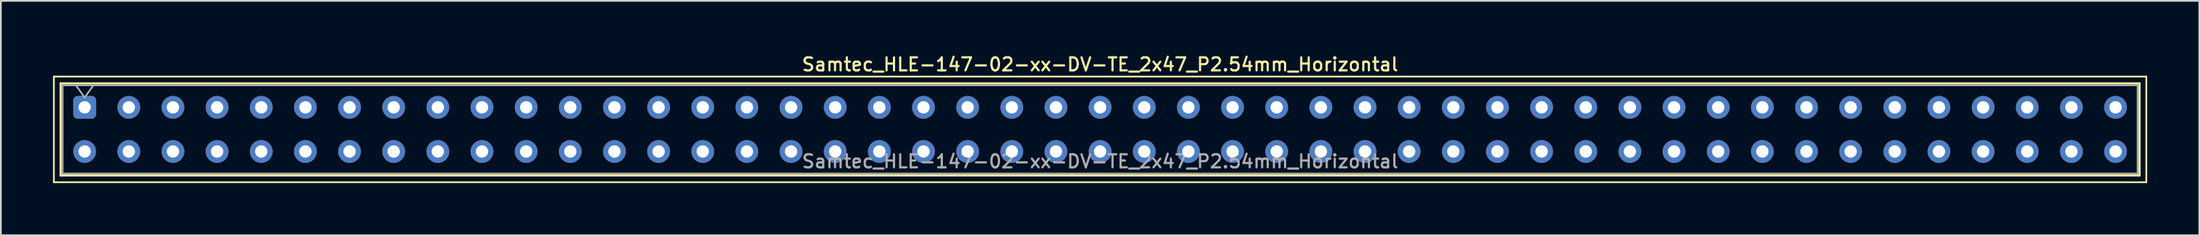
<source format=kicad_pcb>
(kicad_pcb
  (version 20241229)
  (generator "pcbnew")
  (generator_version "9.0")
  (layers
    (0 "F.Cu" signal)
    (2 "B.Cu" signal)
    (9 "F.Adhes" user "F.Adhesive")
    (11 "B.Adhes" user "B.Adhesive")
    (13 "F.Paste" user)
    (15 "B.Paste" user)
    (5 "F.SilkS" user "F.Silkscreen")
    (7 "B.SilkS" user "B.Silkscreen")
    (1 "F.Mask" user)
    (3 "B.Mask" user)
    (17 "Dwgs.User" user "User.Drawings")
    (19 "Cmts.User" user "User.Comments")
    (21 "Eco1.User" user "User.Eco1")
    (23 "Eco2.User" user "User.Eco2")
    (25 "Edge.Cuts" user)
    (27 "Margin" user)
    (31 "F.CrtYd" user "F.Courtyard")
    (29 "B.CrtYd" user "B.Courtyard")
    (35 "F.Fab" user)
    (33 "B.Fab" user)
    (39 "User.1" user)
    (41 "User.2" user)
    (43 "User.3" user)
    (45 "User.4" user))
  (footprint "Samtec_HLE-147-02-xx-DV-TE_2x47_P2.54mm_Horizontal"
    (layer "F.Cu")
    (at 1.82 3.128)
    (property "Reference" "Samtec_HLE-147-02-xx-DV-TE_2x47_P2.54mm_Horizontal" (at 58.42 -2.47 0) (layer "F.SilkS") (effects (font (size 0.75 0.75) (thickness 0.125))))
    (attr through_hole)
    (fp_line (start -1.77 -1.77) (end 118.61 -1.77) (stroke (width 0.1) (type solid)) (layer "F.SilkS"))
    (fp_line (start -1.77 4.31) (end -1.77 -1.77) (stroke (width 0.1) (type solid)) (layer "F.SilkS"))
    (fp_line (start -1.38 -1.38) (end 118.22 -1.38) (stroke (width 0.12) (type solid)) (layer "F.SilkS"))
    (fp_line (start -1.38 3.92) (end -1.38 -1.38) (stroke (width 0.12) (type solid)) (layer "F.SilkS"))
    (fp_line (start 118.22 -1.38) (end 118.22 3.92) (stroke (width 0.12) (type solid)) (layer "F.SilkS"))
    (fp_line (start 118.22 3.92) (end -1.38 3.92) (stroke (width 0.12) (type solid)) (layer "F.SilkS"))
    (fp_line (start 118.61 -1.77) (end 118.61 4.31) (stroke (width 0.1) (type solid)) (layer "F.SilkS"))
    (fp_line (start 118.61 4.31) (end -1.77 4.31) (stroke (width 0.1) (type solid)) (layer "F.SilkS"))
    (fp_line (start -1.27 -1.27) (end 118.11 -1.27) (stroke (width 0.1) (type solid)) (layer "F.Fab"))
    (fp_line (start -1.27 3.81) (end -1.27 -1.27) (stroke (width 0.1) (type solid)) (layer "F.Fab"))
    (fp_line (start -0.5 -1.27) (end 0 -0.563) (stroke (width 0.1) (type solid)) (layer "F.Fab"))
    (fp_line (start 0 -0.563) (end 0.5 -1.27) (stroke (width 0.1) (type solid)) (layer "F.Fab"))
    (fp_line (start 118.11 -1.27) (end 118.11 3.81) (stroke (width 0.1) (type solid)) (layer "F.Fab"))
    (fp_line (start 118.11 3.81) (end -1.27 3.81) (stroke (width 0.1) (type solid)) (layer "F.Fab"))
    (fp_text user "${REFERENCE}" (at 58.42 3.11 0) (layer "F.Fab") (effects (font (size 0.75 0.75) (thickness 0.125))))
    (pad "1" thru_hole roundrect (at 0 0) (size 1.31 1.31) (drill 0.71) (layers "*.Cu" "*.Mask") (roundrect_rratio 0.191))
    (pad "2" thru_hole circle (at 0 2.54) (size 1.31 1.31) (drill 0.71) (layers "*.Cu" "*.Mask"))
    (pad "3" thru_hole circle (at 2.54 0) (size 1.31 1.31) (drill 0.71) (layers "*.Cu" "*.Mask"))
    (pad "4" thru_hole circle (at 2.54 2.54) (size 1.31 1.31) (drill 0.71) (layers "*.Cu" "*.Mask"))
    (pad "5" thru_hole circle (at 5.08 0) (size 1.31 1.31) (drill 0.71) (layers "*.Cu" "*.Mask"))
    (pad "6" thru_hole circle (at 5.08 2.54) (size 1.31 1.31) (drill 0.71) (layers "*.Cu" "*.Mask"))
    (pad "7" thru_hole circle (at 7.62 0) (size 1.31 1.31) (drill 0.71) (layers "*.Cu" "*.Mask"))
    (pad "8" thru_hole circle (at 7.62 2.54) (size 1.31 1.31) (drill 0.71) (layers "*.Cu" "*.Mask"))
    (pad "9" thru_hole circle (at 10.16 0) (size 1.31 1.31) (drill 0.71) (layers "*.Cu" "*.Mask"))
    (pad "10" thru_hole circle (at 10.16 2.54) (size 1.31 1.31) (drill 0.71) (layers "*.Cu" "*.Mask"))
    (pad "11" thru_hole circle (at 12.7 0) (size 1.31 1.31) (drill 0.71) (layers "*.Cu" "*.Mask"))
    (pad "12" thru_hole circle (at 12.7 2.54) (size 1.31 1.31) (drill 0.71) (layers "*.Cu" "*.Mask"))
    (pad "13" thru_hole circle (at 15.24 0) (size 1.31 1.31) (drill 0.71) (layers "*.Cu" "*.Mask"))
    (pad "14" thru_hole circle (at 15.24 2.54) (size 1.31 1.31) (drill 0.71) (layers "*.Cu" "*.Mask"))
    (pad "15" thru_hole circle (at 17.78 0) (size 1.31 1.31) (drill 0.71) (layers "*.Cu" "*.Mask"))
    (pad "16" thru_hole circle (at 17.78 2.54) (size 1.31 1.31) (drill 0.71) (layers "*.Cu" "*.Mask"))
    (pad "17" thru_hole circle (at 20.32 0) (size 1.31 1.31) (drill 0.71) (layers "*.Cu" "*.Mask"))
    (pad "18" thru_hole circle (at 20.32 2.54) (size 1.31 1.31) (drill 0.71) (layers "*.Cu" "*.Mask"))
    (pad "19" thru_hole circle (at 22.86 0) (size 1.31 1.31) (drill 0.71) (layers "*.Cu" "*.Mask"))
    (pad "20" thru_hole circle (at 22.86 2.54) (size 1.31 1.31) (drill 0.71) (layers "*.Cu" "*.Mask"))
    (pad "21" thru_hole circle (at 25.4 0) (size 1.31 1.31) (drill 0.71) (layers "*.Cu" "*.Mask"))
    (pad "22" thru_hole circle (at 25.4 2.54) (size 1.31 1.31) (drill 0.71) (layers "*.Cu" "*.Mask"))
    (pad "23" thru_hole circle (at 27.94 0) (size 1.31 1.31) (drill 0.71) (layers "*.Cu" "*.Mask"))
    (pad "24" thru_hole circle (at 27.94 2.54) (size 1.31 1.31) (drill 0.71) (layers "*.Cu" "*.Mask"))
    (pad "25" thru_hole circle (at 30.48 0) (size 1.31 1.31) (drill 0.71) (layers "*.Cu" "*.Mask"))
    (pad "26" thru_hole circle (at 30.48 2.54) (size 1.31 1.31) (drill 0.71) (layers "*.Cu" "*.Mask"))
    (pad "27" thru_hole circle (at 33.02 0) (size 1.31 1.31) (drill 0.71) (layers "*.Cu" "*.Mask"))
    (pad "28" thru_hole circle (at 33.02 2.54) (size 1.31 1.31) (drill 0.71) (layers "*.Cu" "*.Mask"))
    (pad "29" thru_hole circle (at 35.56 0) (size 1.31 1.31) (drill 0.71) (layers "*.Cu" "*.Mask"))
    (pad "30" thru_hole circle (at 35.56 2.54) (size 1.31 1.31) (drill 0.71) (layers "*.Cu" "*.Mask"))
    (pad "31" thru_hole circle (at 38.1 0) (size 1.31 1.31) (drill 0.71) (layers "*.Cu" "*.Mask"))
    (pad "32" thru_hole circle (at 38.1 2.54) (size 1.31 1.31) (drill 0.71) (layers "*.Cu" "*.Mask"))
    (pad "33" thru_hole circle (at 40.64 0) (size 1.31 1.31) (drill 0.71) (layers "*.Cu" "*.Mask"))
    (pad "34" thru_hole circle (at 40.64 2.54) (size 1.31 1.31) (drill 0.71) (layers "*.Cu" "*.Mask"))
    (pad "35" thru_hole circle (at 43.18 0) (size 1.31 1.31) (drill 0.71) (layers "*.Cu" "*.Mask"))
    (pad "36" thru_hole circle (at 43.18 2.54) (size 1.31 1.31) (drill 0.71) (layers "*.Cu" "*.Mask"))
    (pad "37" thru_hole circle (at 45.72 0) (size 1.31 1.31) (drill 0.71) (layers "*.Cu" "*.Mask"))
    (pad "38" thru_hole circle (at 45.72 2.54) (size 1.31 1.31) (drill 0.71) (layers "*.Cu" "*.Mask"))
    (pad "39" thru_hole circle (at 48.26 0) (size 1.31 1.31) (drill 0.71) (layers "*.Cu" "*.Mask"))
    (pad "40" thru_hole circle (at 48.26 2.54) (size 1.31 1.31) (drill 0.71) (layers "*.Cu" "*.Mask"))
    (pad "41" thru_hole circle (at 50.8 0) (size 1.31 1.31) (drill 0.71) (layers "*.Cu" "*.Mask"))
    (pad "42" thru_hole circle (at 50.8 2.54) (size 1.31 1.31) (drill 0.71) (layers "*.Cu" "*.Mask"))
    (pad "43" thru_hole circle (at 53.34 0) (size 1.31 1.31) (drill 0.71) (layers "*.Cu" "*.Mask"))
    (pad "44" thru_hole circle (at 53.34 2.54) (size 1.31 1.31) (drill 0.71) (layers "*.Cu" "*.Mask"))
    (pad "45" thru_hole circle (at 55.88 0) (size 1.31 1.31) (drill 0.71) (layers "*.Cu" "*.Mask"))
    (pad "46" thru_hole circle (at 55.88 2.54) (size 1.31 1.31) (drill 0.71) (layers "*.Cu" "*.Mask"))
    (pad "47" thru_hole circle (at 58.42 0) (size 1.31 1.31) (drill 0.71) (layers "*.Cu" "*.Mask"))
    (pad "48" thru_hole circle (at 58.42 2.54) (size 1.31 1.31) (drill 0.71) (layers "*.Cu" "*.Mask"))
    (pad "49" thru_hole circle (at 60.96 0) (size 1.31 1.31) (drill 0.71) (layers "*.Cu" "*.Mask"))
    (pad "50" thru_hole circle (at 60.96 2.54) (size 1.31 1.31) (drill 0.71) (layers "*.Cu" "*.Mask"))
    (pad "51" thru_hole circle (at 63.5 0) (size 1.31 1.31) (drill 0.71) (layers "*.Cu" "*.Mask"))
    (pad "52" thru_hole circle (at 63.5 2.54) (size 1.31 1.31) (drill 0.71) (layers "*.Cu" "*.Mask"))
    (pad "53" thru_hole circle (at 66.04 0) (size 1.31 1.31) (drill 0.71) (layers "*.Cu" "*.Mask"))
    (pad "54" thru_hole circle (at 66.04 2.54) (size 1.31 1.31) (drill 0.71) (layers "*.Cu" "*.Mask"))
    (pad "55" thru_hole circle (at 68.58 0) (size 1.31 1.31) (drill 0.71) (layers "*.Cu" "*.Mask"))
    (pad "56" thru_hole circle (at 68.58 2.54) (size 1.31 1.31) (drill 0.71) (layers "*.Cu" "*.Mask"))
    (pad "57" thru_hole circle (at 71.12 0) (size 1.31 1.31) (drill 0.71) (layers "*.Cu" "*.Mask"))
    (pad "58" thru_hole circle (at 71.12 2.54) (size 1.31 1.31) (drill 0.71) (layers "*.Cu" "*.Mask"))
    (pad "59" thru_hole circle (at 73.66 0) (size 1.31 1.31) (drill 0.71) (layers "*.Cu" "*.Mask"))
    (pad "60" thru_hole circle (at 73.66 2.54) (size 1.31 1.31) (drill 0.71) (layers "*.Cu" "*.Mask"))
    (pad "61" thru_hole circle (at 76.2 0) (size 1.31 1.31) (drill 0.71) (layers "*.Cu" "*.Mask"))
    (pad "62" thru_hole circle (at 76.2 2.54) (size 1.31 1.31) (drill 0.71) (layers "*.Cu" "*.Mask"))
    (pad "63" thru_hole circle (at 78.74 0) (size 1.31 1.31) (drill 0.71) (layers "*.Cu" "*.Mask"))
    (pad "64" thru_hole circle (at 78.74 2.54) (size 1.31 1.31) (drill 0.71) (layers "*.Cu" "*.Mask"))
    (pad "65" thru_hole circle (at 81.28 0) (size 1.31 1.31) (drill 0.71) (layers "*.Cu" "*.Mask"))
    (pad "66" thru_hole circle (at 81.28 2.54) (size 1.31 1.31) (drill 0.71) (layers "*.Cu" "*.Mask"))
    (pad "67" thru_hole circle (at 83.82 0) (size 1.31 1.31) (drill 0.71) (layers "*.Cu" "*.Mask"))
    (pad "68" thru_hole circle (at 83.82 2.54) (size 1.31 1.31) (drill 0.71) (layers "*.Cu" "*.Mask"))
    (pad "69" thru_hole circle (at 86.36 0) (size 1.31 1.31) (drill 0.71) (layers "*.Cu" "*.Mask"))
    (pad "70" thru_hole circle (at 86.36 2.54) (size 1.31 1.31) (drill 0.71) (layers "*.Cu" "*.Mask"))
    (pad "71" thru_hole circle (at 88.9 0) (size 1.31 1.31) (drill 0.71) (layers "*.Cu" "*.Mask"))
    (pad "72" thru_hole circle (at 88.9 2.54) (size 1.31 1.31) (drill 0.71) (layers "*.Cu" "*.Mask"))
    (pad "73" thru_hole circle (at 91.44 0) (size 1.31 1.31) (drill 0.71) (layers "*.Cu" "*.Mask"))
    (pad "74" thru_hole circle (at 91.44 2.54) (size 1.31 1.31) (drill 0.71) (layers "*.Cu" "*.Mask"))
    (pad "75" thru_hole circle (at 93.98 0) (size 1.31 1.31) (drill 0.71) (layers "*.Cu" "*.Mask"))
    (pad "76" thru_hole circle (at 93.98 2.54) (size 1.31 1.31) (drill 0.71) (layers "*.Cu" "*.Mask"))
    (pad "77" thru_hole circle (at 96.52 0) (size 1.31 1.31) (drill 0.71) (layers "*.Cu" "*.Mask"))
    (pad "78" thru_hole circle (at 96.52 2.54) (size 1.31 1.31) (drill 0.71) (layers "*.Cu" "*.Mask"))
    (pad "79" thru_hole circle (at 99.06 0) (size 1.31 1.31) (drill 0.71) (layers "*.Cu" "*.Mask"))
    (pad "80" thru_hole circle (at 99.06 2.54) (size 1.31 1.31) (drill 0.71) (layers "*.Cu" "*.Mask"))
    (pad "81" thru_hole circle (at 101.6 0) (size 1.31 1.31) (drill 0.71) (layers "*.Cu" "*.Mask"))
    (pad "82" thru_hole circle (at 101.6 2.54) (size 1.31 1.31) (drill 0.71) (layers "*.Cu" "*.Mask"))
    (pad "83" thru_hole circle (at 104.14 0) (size 1.31 1.31) (drill 0.71) (layers "*.Cu" "*.Mask"))
    (pad "84" thru_hole circle (at 104.14 2.54) (size 1.31 1.31) (drill 0.71) (layers "*.Cu" "*.Mask"))
    (pad "85" thru_hole circle (at 106.68 0) (size 1.31 1.31) (drill 0.71) (layers "*.Cu" "*.Mask"))
    (pad "86" thru_hole circle (at 106.68 2.54) (size 1.31 1.31) (drill 0.71) (layers "*.Cu" "*.Mask"))
    (pad "87" thru_hole circle (at 109.22 0) (size 1.31 1.31) (drill 0.71) (layers "*.Cu" "*.Mask"))
    (pad "88" thru_hole circle (at 109.22 2.54) (size 1.31 1.31) (drill 0.71) (layers "*.Cu" "*.Mask"))
    (pad "89" thru_hole circle (at 111.76 0) (size 1.31 1.31) (drill 0.71) (layers "*.Cu" "*.Mask"))
    (pad "90" thru_hole circle (at 111.76 2.54) (size 1.31 1.31) (drill 0.71) (layers "*.Cu" "*.Mask"))
    (pad "91" thru_hole circle (at 114.3 0) (size 1.31 1.31) (drill 0.71) (layers "*.Cu" "*.Mask"))
    (pad "92" thru_hole circle (at 114.3 2.54) (size 1.31 1.31) (drill 0.71) (layers "*.Cu" "*.Mask"))
    (pad "93" thru_hole circle (at 116.84 0) (size 1.31 1.31) (drill 0.71) (layers "*.Cu" "*.Mask"))
    (pad "94" thru_hole circle (at 116.84 2.54) (size 1.31 1.31) (drill 0.71) (layers "*.Cu" "*.Mask")))
  (gr_rect
    (start -3 -3)
    (end 123.48 10.488)
    (stroke (width 0.1) (type default))
    (fill no)
    (layer "Edge.Cuts")))
</source>
